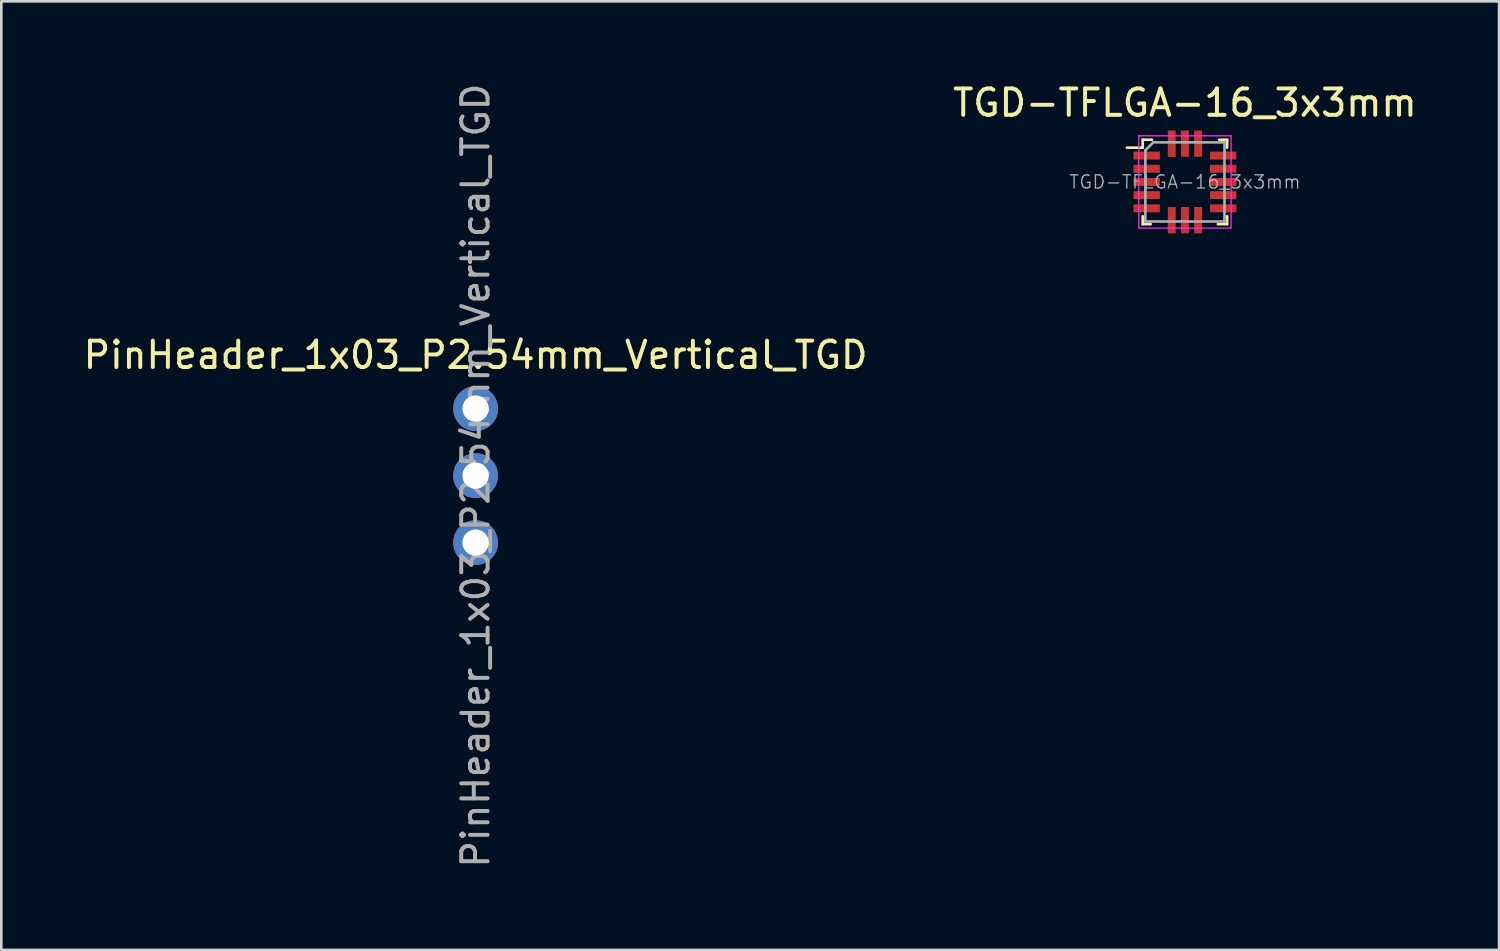
<source format=kicad_pcb>
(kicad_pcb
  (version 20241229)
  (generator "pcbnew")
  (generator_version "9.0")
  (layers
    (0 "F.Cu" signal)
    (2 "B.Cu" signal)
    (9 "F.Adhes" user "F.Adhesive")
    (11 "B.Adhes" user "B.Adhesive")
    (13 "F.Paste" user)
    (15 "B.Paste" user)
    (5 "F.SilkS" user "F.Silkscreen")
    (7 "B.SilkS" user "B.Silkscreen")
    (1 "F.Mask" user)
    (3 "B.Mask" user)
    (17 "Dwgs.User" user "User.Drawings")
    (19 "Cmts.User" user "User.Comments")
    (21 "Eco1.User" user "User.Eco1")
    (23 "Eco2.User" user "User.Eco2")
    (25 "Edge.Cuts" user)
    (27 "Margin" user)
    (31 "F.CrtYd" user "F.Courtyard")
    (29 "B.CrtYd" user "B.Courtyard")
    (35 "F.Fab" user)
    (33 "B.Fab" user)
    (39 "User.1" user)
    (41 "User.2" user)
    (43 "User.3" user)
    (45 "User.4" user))
  (footprint "PinHeader_1x03_P2.54mm_Vertical_TGD"
    (layer "F.Cu")
    (at 14.982 12.442)
    (property "Reference" "PinHeader_1x03_P2.54mm_Vertical_TGD" (at 0 -2.032 0) (layer "F.SilkS") (effects (font (size 1 1) (thickness 0.15))))
    (attr through_hole)
    (fp_text user "${REFERENCE}" (at 0 2.54 270) (layer "F.Fab") (effects (font (size 1 1) (thickness 0.15))))
    (pad "1" thru_hole circle (at 0 0) (size 1.7 1.7) (drill 1) (layers "*.Cu" "*.Mask"))
    (pad "2" thru_hole oval (at 0 2.54) (size 1.7 1.7) (drill 1) (layers "*.Cu" "*.Mask"))
    (pad "3" thru_hole oval (at 0 5.08) (size 1.7 1.7) (drill 1) (layers "*.Cu" "*.Mask")))
  (footprint "TGD-TFLGA-16_3x3mm"
    (layer "F.Cu")
    (at 41.875 3.848)
    (property "Reference" "TGD-TFLGA-16_3x3mm" (at 0 -3 0) (layer "F.SilkS") (effects (font (size 1 1) (thickness 0.15))))
    (attr smd)
    (fp_line (start -1.6 -1.6) (end -1.6 -1.3) (stroke (width 0.1) (type solid)) (layer "F.SilkS"))
    (fp_line (start -1.6 -1.3) (end -2.2 -1.3) (stroke (width 0.1) (type solid)) (layer "F.SilkS"))
    (fp_line (start -1.6 1.3) (end -1.6 1.6) (stroke (width 0.1) (type solid)) (layer "F.SilkS"))
    (fp_line (start -1.6 1.6) (end -1.3 1.6) (stroke (width 0.1) (type solid)) (layer "F.SilkS"))
    (fp_line (start -1.25 -1.6) (end -1.6 -1.6) (stroke (width 0.1) (type solid)) (layer "F.SilkS"))
    (fp_line (start 1.25 1.6) (end 1.6 1.6) (stroke (width 0.1) (type solid)) (layer "F.SilkS"))
    (fp_line (start 1.3 -1.6) (end 1.6 -1.6) (stroke (width 0.1) (type solid)) (layer "F.SilkS"))
    (fp_line (start 1.6 -1.6) (end 1.6 -1.3) (stroke (width 0.1) (type solid)) (layer "F.SilkS"))
    (fp_line (start 1.6 1.6) (end 1.6 1.3) (stroke (width 0.1) (type solid)) (layer "F.SilkS"))
    (fp_line (start -1.75 -1.75) (end -1.75 1.75) (stroke (width 0.05) (type solid)) (layer "F.CrtYd"))
    (fp_line (start -1.75 1.75) (end 1.75 1.75) (stroke (width 0.05) (type solid)) (layer "F.CrtYd"))
    (fp_line (start 1.75 -1.75) (end -1.75 -1.75) (stroke (width 0.05) (type solid)) (layer "F.CrtYd"))
    (fp_line (start 1.75 1.75) (end 1.75 -1.75) (stroke (width 0.05) (type solid)) (layer "F.CrtYd"))
    (fp_line (start -1.5 -1.2) (end -1.5 1.5) (stroke (width 0.1) (type solid)) (layer "F.Fab"))
    (fp_line (start -1.5 -1.2) (end -1.2 -1.5) (stroke (width 0.1) (type solid)) (layer "F.Fab"))
    (fp_line (start -1.5 1.5) (end 1.5 1.5) (stroke (width 0.1) (type solid)) (layer "F.Fab"))
    (fp_line (start -1.2 -1.5) (end 1.5 -1.5) (stroke (width 0.1) (type solid)) (layer "F.Fab"))
    (fp_line (start 1.5 -1.5) (end 1.5 1.5) (stroke (width 0.1) (type solid)) (layer "F.Fab"))
    (fp_text user "${REFERENCE}" (at 0 0 0) (layer "F.Fab") (effects (font (size 0.5 0.5) (thickness 0.05))))
    (pad "1" smd rect (at -1.45 -1) (size 1 0.3) (layers "F.Cu" "F.Mask" "F.Paste"))
    (pad "2" smd rect (at -1.45 -0.5) (size 1 0.3) (layers "F.Cu" "F.Mask" "F.Paste"))
    (pad "3" smd rect (at -1.45 0) (size 1 0.3) (layers "F.Cu" "F.Mask" "F.Paste"))
    (pad "4" smd rect (at -1.45 0.5) (size 1 0.3) (layers "F.Cu" "F.Mask" "F.Paste"))
    (pad "5" smd rect (at -1.45 1) (size 1 0.3) (layers "F.Cu" "F.Mask" "F.Paste"))
    (pad "6" smd rect (at -0.5 1.45) (size 0.3 1) (layers "F.Cu" "F.Mask" "F.Paste"))
    (pad "7" smd rect (at 0 1.45) (size 0.3 1) (layers "F.Cu" "F.Mask" "F.Paste"))
    (pad "8" smd rect (at 0.5 1.45) (size 0.3 1) (layers "F.Cu" "F.Mask" "F.Paste"))
    (pad "9" smd rect (at 1.45 1) (size 1 0.3) (layers "F.Cu" "F.Mask" "F.Paste"))
    (pad "10" smd rect (at 1.45 0.5) (size 1 0.3) (layers "F.Cu" "F.Mask" "F.Paste"))
    (pad "11" smd rect (at 1.45 0) (size 1 0.3) (layers "F.Cu" "F.Mask" "F.Paste"))
    (pad "12" smd rect (at 1.45 -0.5) (size 1 0.3) (layers "F.Cu" "F.Mask" "F.Paste"))
    (pad "13" smd rect (at 1.45 -1) (size 1 0.3) (layers "F.Cu" "F.Mask" "F.Paste"))
    (pad "14" smd rect (at 0.5 -1.45) (size 0.3 1) (layers "F.Cu" "F.Mask" "F.Paste"))
    (pad "15" smd rect (at 0 -1.45) (size 0.3 1) (layers "F.Cu" "F.Mask" "F.Paste"))
    (pad "16" smd rect (at -0.5 -1.45) (size 0.3 1) (layers "F.Cu" "F.Mask" "F.Paste")))
  (gr_rect
    (start -3 -3)
    (end 53.786 32.964)
    (stroke (width 0.1) (type default))
    (fill no)
    (layer "Edge.Cuts")))
</source>
